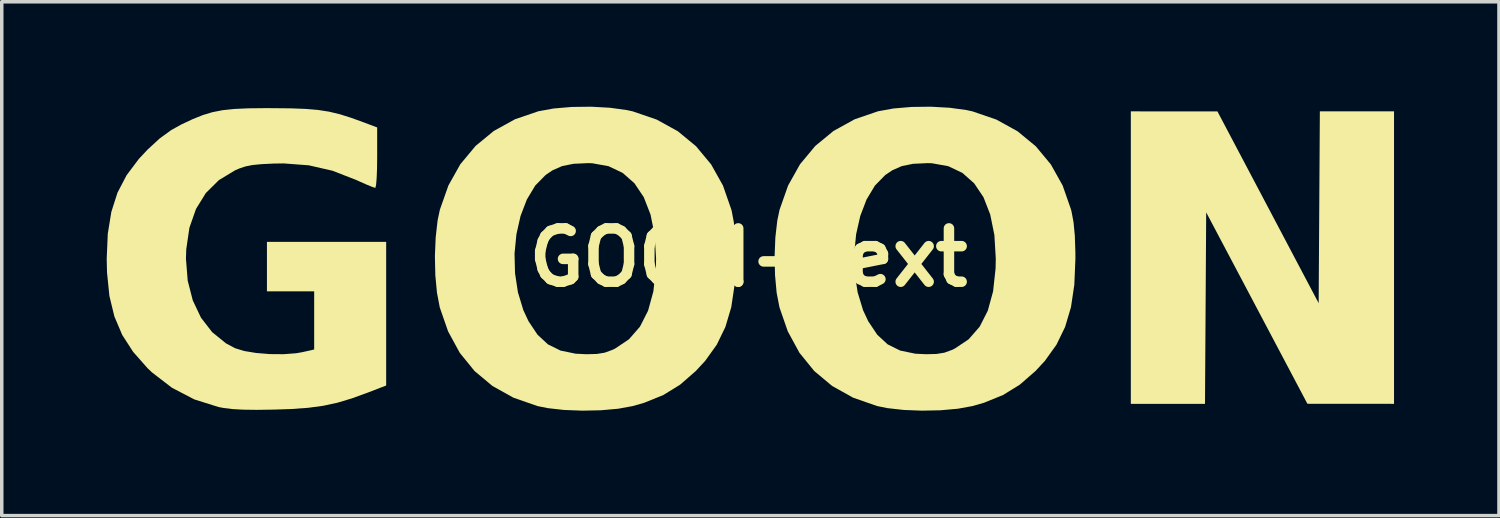
<source format=kicad_pcb>
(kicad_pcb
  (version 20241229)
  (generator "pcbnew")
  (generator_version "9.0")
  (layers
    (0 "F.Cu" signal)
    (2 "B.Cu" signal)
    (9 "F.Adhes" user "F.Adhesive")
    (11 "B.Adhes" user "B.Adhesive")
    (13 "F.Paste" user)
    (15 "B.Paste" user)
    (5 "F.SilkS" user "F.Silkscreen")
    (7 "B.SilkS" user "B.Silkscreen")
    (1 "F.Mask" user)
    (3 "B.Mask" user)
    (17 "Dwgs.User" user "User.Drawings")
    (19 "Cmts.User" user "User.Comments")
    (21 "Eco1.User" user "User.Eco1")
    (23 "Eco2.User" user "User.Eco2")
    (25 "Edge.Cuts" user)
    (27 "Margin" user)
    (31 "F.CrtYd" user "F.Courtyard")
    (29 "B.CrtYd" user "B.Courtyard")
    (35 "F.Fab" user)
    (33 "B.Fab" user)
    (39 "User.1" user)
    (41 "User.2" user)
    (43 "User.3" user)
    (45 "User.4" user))
  (footprint "GOON-text"
    (layer "F.Cu")
    (at 18.341 4.313)
    (property "Reference" "GOON-text" (at 0 0 0) (layer "F.SilkS") (effects (font (size 1.524 1.524) (thickness 0.3))))
    (attr board_only exclude_from_pos_files exclude_from_bom)
    (fp_poly (pts (xy 18.455 4.18) (xy 17.217 4.179) (xy 15.979 4.178) (xy 14.533 1.443) (xy 13.086 -1.293) (xy 13.069 1.443) (xy 13.052 4.18) (xy 10.932 4.18) (xy 10.932 -4.18) (xy 12.169 -4.179) (xy 13.407 -4.179) (xy 14.854 -1.438) (xy 16.301 1.303) (xy 16.318 -1.438) (xy 16.335 -4.18) (xy 18.455 -4.18)) (stroke (width 0) (type solid)) (fill yes) (layer "F.SilkS"))
    (fp_poly (pts (xy -3.957 -4.283) (xy -3.475 -4.217) (xy -3.306 -4.18) (xy -2.621 -3.945) (xy -2.015 -3.611) (xy -1.495 -3.182) (xy -1.064 -2.663) (xy -0.726 -2.059) (xy -0.487 -1.373) (xy -0.473 -1.316) (xy -0.415 -1.007) (xy -0.379 -0.628) (xy -0.363 -0.156) (xy -0.362 0.032) (xy -0.393 0.773) (xy -0.489 1.418) (xy -0.657 1.983) (xy -0.903 2.489) (xy -1.234 2.951) (xy -1.503 3.242) (xy -1.952 3.633) (xy -2.431 3.928) (xy -2.975 4.149) (xy -3.306 4.244) (xy -3.723 4.32) (xy -4.217 4.364) (xy -4.747 4.375) (xy -5.269 4.355) (xy -5.741 4.302) (xy -6.03 4.243) (xy -6.716 4.004) (xy -7.315 3.67) (xy -7.827 3.242) (xy -8.25 2.721) (xy -8.583 2.109) (xy -8.821 1.424) (xy -8.901 1.003) (xy -8.948 0.502) (xy -8.96 -0.038) (xy -8.957 -0.115) (xy -6.684 -0.115) (xy -6.67 0.445) (xy -6.587 0.992) (xy -6.432 1.503) (xy -6.284 1.819) (xy -6.027 2.204) (xy -5.729 2.48) (xy -5.372 2.657) (xy -4.938 2.747) (xy -4.626 2.762) (xy -4.331 2.754) (xy -4.108 2.718) (xy -3.901 2.643) (xy -3.809 2.6) (xy -3.413 2.335) (xy -3.099 1.975) (xy -2.867 1.519) (xy -2.715 0.966) (xy -2.644 0.313) (xy -2.638 0.032) (xy -2.678 -0.645) (xy -2.797 -1.232) (xy -2.99 -1.727) (xy -3.256 -2.124) (xy -3.593 -2.421) (xy -3.997 -2.613) (xy -4.465 -2.697) (xy -4.594 -2.7) (xy -5.001 -2.681) (xy -5.323 -2.616) (xy -5.598 -2.495) (xy -5.796 -2.361) (xy -6.093 -2.058) (xy -6.332 -1.66) (xy -6.512 -1.19) (xy -6.63 -0.667) (xy -6.684 -0.115) (xy -8.957 -0.115) (xy -8.938 -0.573) (xy -8.883 -1.06) (xy -8.818 -1.37) (xy -8.574 -2.061) (xy -8.233 -2.669) (xy -7.799 -3.19) (xy -7.278 -3.619) (xy -6.673 -3.953) (xy -6.005 -4.182) (xy -5.565 -4.262) (xy -5.047 -4.306) (xy -4.496 -4.313)) (stroke (width 0) (type solid)) (fill yes) (layer "F.SilkS"))
    (fp_poly (pts (xy 5.753 -4.283) (xy 6.235 -4.217) (xy 6.404 -4.18) (xy 7.089 -3.945) (xy 7.694 -3.611) (xy 8.215 -3.182) (xy 8.646 -2.663) (xy 8.984 -2.059) (xy 9.223 -1.373) (xy 9.237 -1.316) (xy 9.295 -1.007) (xy 9.331 -0.628) (xy 9.347 -0.156) (xy 9.348 0.032) (xy 9.317 0.773) (xy 9.221 1.418) (xy 9.053 1.983) (xy 8.807 2.489) (xy 8.476 2.951) (xy 8.207 3.242) (xy 7.757 3.633) (xy 7.279 3.928) (xy 6.735 4.149) (xy 6.404 4.244) (xy 5.987 4.32) (xy 5.493 4.364) (xy 4.963 4.375) (xy 4.441 4.355) (xy 3.969 4.302) (xy 3.679 4.243) (xy 2.994 4.004) (xy 2.395 3.67) (xy 1.883 3.242) (xy 1.46 2.721) (xy 1.127 2.109) (xy 0.889 1.424) (xy 0.808 1.003) (xy 0.762 0.502) (xy 0.75 -0.038) (xy 0.753 -0.115) (xy 3.026 -0.115) (xy 3.04 0.445) (xy 3.123 0.992) (xy 3.278 1.503) (xy 3.426 1.819) (xy 3.683 2.204) (xy 3.981 2.48) (xy 4.337 2.657) (xy 4.772 2.747) (xy 5.083 2.762) (xy 5.379 2.754) (xy 5.602 2.718) (xy 5.809 2.643) (xy 5.9 2.6) (xy 6.297 2.335) (xy 6.611 1.975) (xy 6.843 1.519) (xy 6.995 0.966) (xy 7.066 0.313) (xy 7.072 0.032) (xy 7.032 -0.645) (xy 6.913 -1.232) (xy 6.72 -1.727) (xy 6.453 -2.124) (xy 6.117 -2.421) (xy 5.713 -2.613) (xy 5.245 -2.697) (xy 5.116 -2.7) (xy 4.709 -2.681) (xy 4.387 -2.616) (xy 4.112 -2.495) (xy 3.913 -2.361) (xy 3.617 -2.058) (xy 3.378 -1.66) (xy 3.198 -1.19) (xy 3.08 -0.667) (xy 3.026 -0.115) (xy 0.753 -0.115) (xy 0.771 -0.573) (xy 0.827 -1.06) (xy 0.892 -1.37) (xy 1.136 -2.061) (xy 1.477 -2.669) (xy 1.911 -3.19) (xy 2.432 -3.619) (xy 3.037 -3.953) (xy 3.705 -4.182) (xy 4.145 -4.262) (xy 4.663 -4.306) (xy 5.214 -4.313)) (stroke (width 0) (type solid)) (fill yes) (layer "F.SilkS"))
    (fp_poly (pts (xy -13.6 -4.271) (xy -13.077 -4.266) (xy -12.653 -4.25) (xy -12.299 -4.22) (xy -11.984 -4.171) (xy -11.679 -4.098) (xy -11.356 -3.996) (xy -10.983 -3.861) (xy -10.98 -3.86) (xy -10.61 -3.72) (xy -10.61 -2.857) (xy -10.614 -2.54) (xy -10.625 -2.276) (xy -10.64 -2.087) (xy -10.66 -1.998) (xy -10.665 -1.993) (xy -10.746 -2.019) (xy -10.911 -2.086) (xy -11.131 -2.183) (xy -11.209 -2.219) (xy -11.888 -2.483) (xy -12.566 -2.638) (xy -13.281 -2.692) (xy -13.568 -2.688) (xy -13.917 -2.671) (xy -14.174 -2.646) (xy -14.375 -2.606) (xy -14.556 -2.545) (xy -14.669 -2.496) (xy -15.133 -2.216) (xy -15.507 -1.846) (xy -15.789 -1.39) (xy -15.977 -0.853) (xy -16.067 -0.24) (xy -16.076 0.032) (xy -16.026 0.657) (xy -15.881 1.223) (xy -15.646 1.718) (xy -15.327 2.131) (xy -14.929 2.453) (xy -14.675 2.589) (xy -14.416 2.669) (xy -14.071 2.726) (xy -13.681 2.758) (xy -13.286 2.761) (xy -12.926 2.734) (xy -12.754 2.704) (xy -12.411 2.627) (xy -12.411 0.965) (xy -13.761 0.965) (xy -13.761 -0.45) (xy -10.353 -0.45) (xy -10.353 3.656) (xy -10.869 3.855) (xy -11.33 4.023) (xy -11.747 4.148) (xy -12.154 4.236) (xy -12.587 4.294) (xy -13.082 4.329) (xy -13.568 4.345) (xy -14.055 4.352) (xy -14.439 4.347) (xy -14.744 4.33) (xy -14.995 4.299) (xy -15.144 4.271) (xy -15.835 4.054) (xy -16.474 3.722) (xy -17.048 3.281) (xy -17.176 3.158) (xy -17.585 2.695) (xy -17.898 2.21) (xy -18.121 1.684) (xy -18.264 1.096) (xy -18.332 0.427) (xy -18.341 0.032) (xy -18.31 -0.683) (xy -18.209 -1.305) (xy -18.033 -1.855) (xy -17.773 -2.354) (xy -17.42 -2.823) (xy -17.172 -3.088) (xy -16.827 -3.405) (xy -16.501 -3.642) (xy -16.205 -3.807) (xy -15.882 -3.958) (xy -15.595 -4.073) (xy -15.318 -4.157) (xy -15.025 -4.214) (xy -14.689 -4.249) (xy -14.285 -4.267) (xy -13.787 -4.272)) (stroke (width 0) (type solid)) (fill yes) (layer "F.SilkS")))
  (gr_rect
    (start -3 -3)
    (end 39.796 11.688)
    (stroke (width 0.1) (type default))
    (fill no)
    (layer "Edge.Cuts")))
</source>
